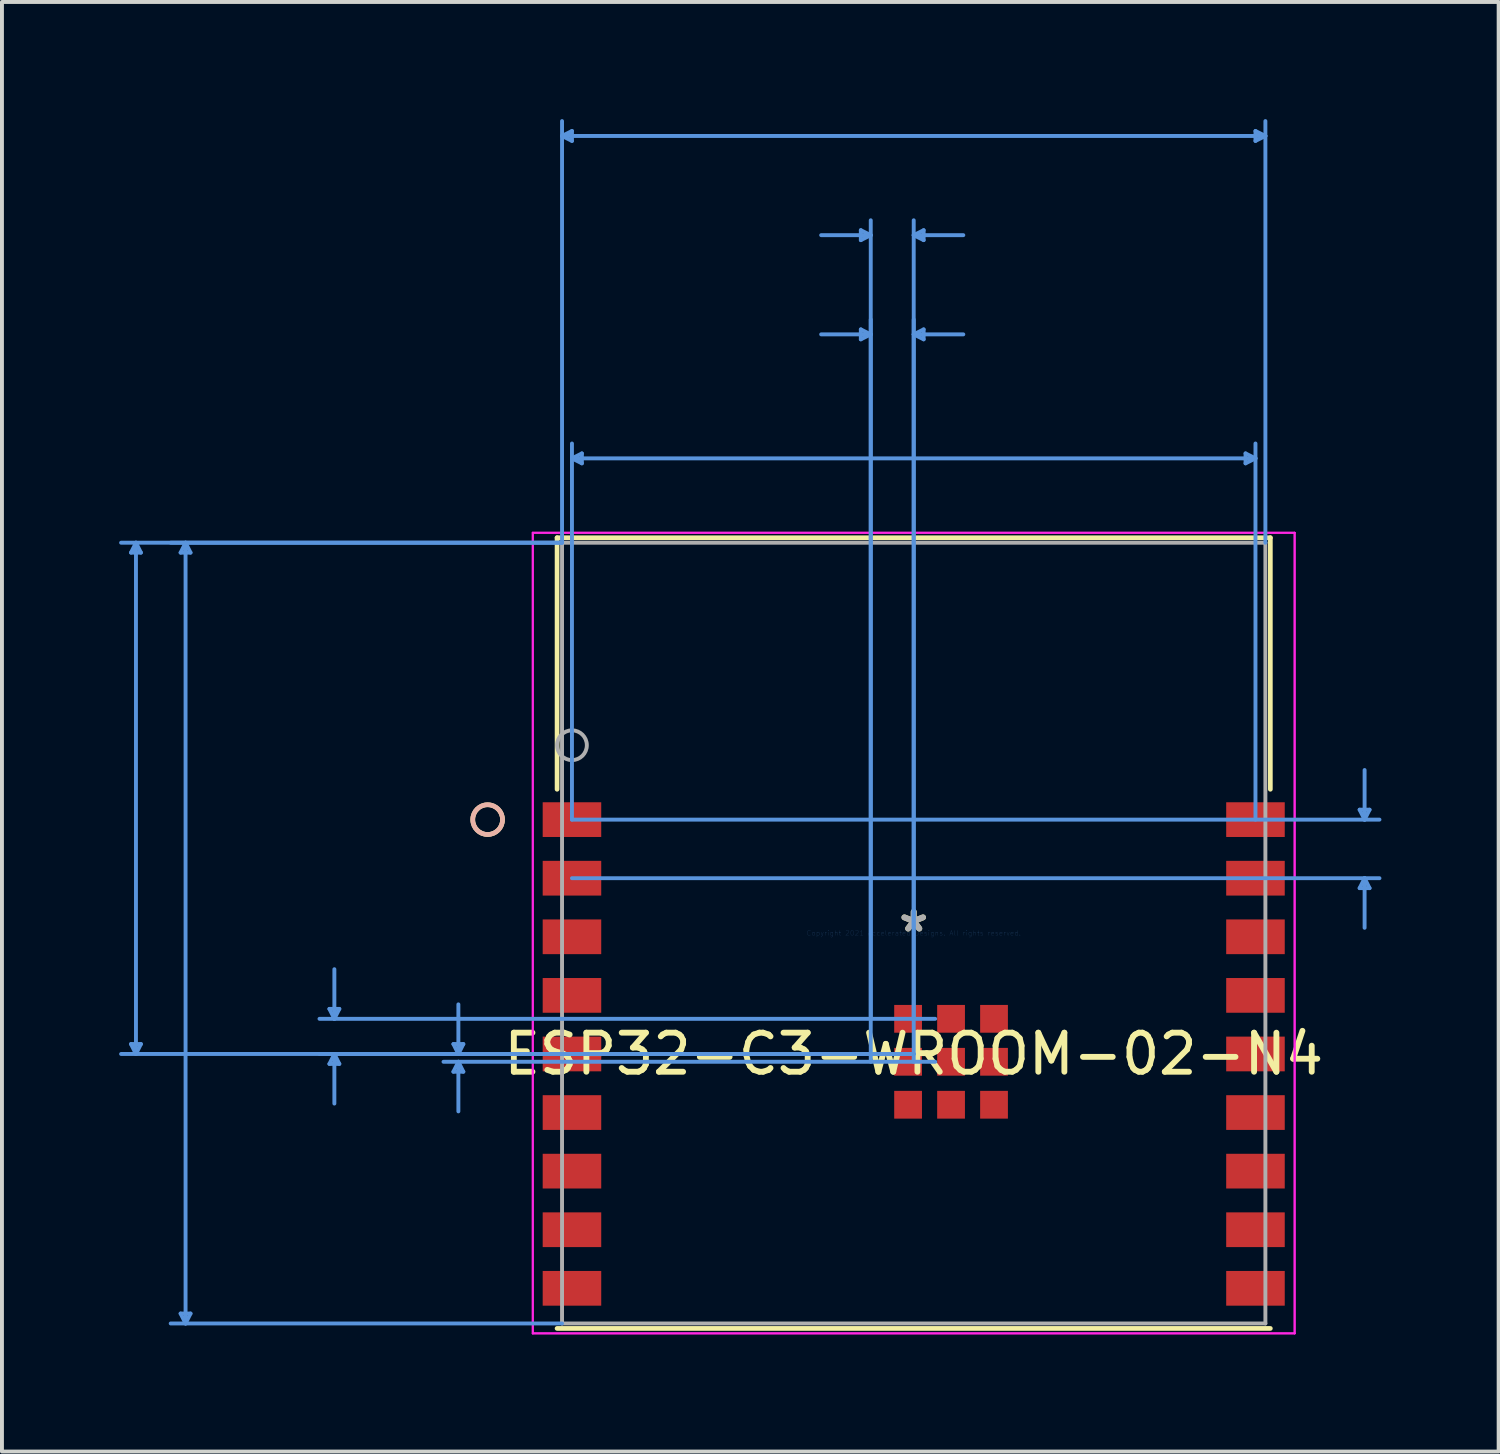
<source format=kicad_pcb>
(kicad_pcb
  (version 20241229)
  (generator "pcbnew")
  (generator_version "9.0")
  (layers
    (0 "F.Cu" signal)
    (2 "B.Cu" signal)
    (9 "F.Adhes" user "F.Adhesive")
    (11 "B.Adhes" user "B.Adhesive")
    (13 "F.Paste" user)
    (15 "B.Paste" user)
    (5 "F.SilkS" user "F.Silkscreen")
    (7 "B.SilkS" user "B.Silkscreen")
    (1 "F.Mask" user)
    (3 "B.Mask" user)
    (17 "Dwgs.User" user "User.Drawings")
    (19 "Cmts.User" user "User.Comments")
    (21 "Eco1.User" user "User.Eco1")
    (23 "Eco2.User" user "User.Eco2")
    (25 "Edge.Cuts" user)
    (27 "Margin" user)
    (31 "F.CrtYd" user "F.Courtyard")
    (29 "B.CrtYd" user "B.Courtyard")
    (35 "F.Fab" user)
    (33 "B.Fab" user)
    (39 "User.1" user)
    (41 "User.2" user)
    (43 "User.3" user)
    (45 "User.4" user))
  (footprint "ESP32-C3-WROOM-02-N4"
    (layer "F.Cu")
    (at 20.344 20.84)
    (property "Reference" "ESP32-C3-WROOM-02-N4" (at 0 3.095 0) (layer "F.SilkS") (effects (font (size 1 1) (thickness 0.15))))
    (attr through_hole)
    (fp_line (start -9.131 -10.122) (end -9.131 -3.682) (stroke (width 0.12) (type solid)) (layer "F.SilkS"))
    (fp_line (start -9.131 10.122) (end 9.131 10.122) (stroke (width 0.12) (type solid)) (layer "F.SilkS"))
    (fp_line (start 9.131 -10.122) (end -9.131 -10.122) (stroke (width 0.12) (type solid)) (layer "F.SilkS"))
    (fp_line (start 9.131 -3.682) (end 9.131 -10.122) (stroke (width 0.12) (type solid)) (layer "F.SilkS"))
    (fp_circle (center -10.909 -2.905) (end -10.528 -2.905) (stroke (width 0.12) (type solid)) (fill no) (layer "F.SilkS"))
    (fp_circle (center -10.909 -2.905) (end -10.528 -2.905) (stroke (width 0.12) (type solid)) (fill no) (layer "B.SilkS"))
    (fp_line (start -20.04 -9.741) (end -19.786 -9.741) (stroke (width 0.1) (type solid)) (layer "Cmts.User"))
    (fp_line (start -20.04 2.841) (end -19.786 2.841) (stroke (width 0.1) (type solid)) (layer "Cmts.User"))
    (fp_line (start -19.913 -9.995) (end -20.04 -9.741) (stroke (width 0.1) (type solid)) (layer "Cmts.User"))
    (fp_line (start -19.913 -9.995) (end -19.913 3.095) (stroke (width 0.1) (type solid)) (layer "Cmts.User"))
    (fp_line (start -19.913 -9.995) (end -19.786 -9.741) (stroke (width 0.1) (type solid)) (layer "Cmts.User"))
    (fp_line (start -19.913 3.095) (end -20.04 2.841) (stroke (width 0.1) (type solid)) (layer "Cmts.User"))
    (fp_line (start -19.913 3.095) (end -19.786 2.841) (stroke (width 0.1) (type solid)) (layer "Cmts.User"))
    (fp_line (start -18.77 -9.741) (end -18.516 -9.741) (stroke (width 0.1) (type solid)) (layer "Cmts.User"))
    (fp_line (start -18.77 9.741) (end -18.516 9.741) (stroke (width 0.1) (type solid)) (layer "Cmts.User"))
    (fp_line (start -18.643 -9.995) (end -18.77 -9.741) (stroke (width 0.1) (type solid)) (layer "Cmts.User"))
    (fp_line (start -18.643 -9.995) (end -18.643 9.995) (stroke (width 0.1) (type solid)) (layer "Cmts.User"))
    (fp_line (start -18.643 -9.995) (end -18.516 -9.741) (stroke (width 0.1) (type solid)) (layer "Cmts.User"))
    (fp_line (start -18.643 9.995) (end -18.77 9.741) (stroke (width 0.1) (type solid)) (layer "Cmts.User"))
    (fp_line (start -18.643 9.995) (end -18.516 9.741) (stroke (width 0.1) (type solid)) (layer "Cmts.User"))
    (fp_line (start -14.96 1.941) (end -14.706 1.941) (stroke (width 0.1) (type solid)) (layer "Cmts.User"))
    (fp_line (start -14.96 3.349) (end -14.706 3.349) (stroke (width 0.1) (type solid)) (layer "Cmts.User"))
    (fp_line (start -14.833 2.195) (end -14.96 1.941) (stroke (width 0.1) (type solid)) (layer "Cmts.User"))
    (fp_line (start -14.833 2.195) (end -14.833 0.925) (stroke (width 0.1) (type solid)) (layer "Cmts.User"))
    (fp_line (start -14.833 2.195) (end -14.706 1.941) (stroke (width 0.1) (type solid)) (layer "Cmts.User"))
    (fp_line (start -14.833 3.095) (end -14.96 3.349) (stroke (width 0.1) (type solid)) (layer "Cmts.User"))
    (fp_line (start -14.833 3.095) (end -14.833 4.365) (stroke (width 0.1) (type solid)) (layer "Cmts.User"))
    (fp_line (start -14.833 3.095) (end -14.706 3.349) (stroke (width 0.1) (type solid)) (layer "Cmts.User"))
    (fp_line (start -11.785 2.841) (end -11.531 2.841) (stroke (width 0.1) (type solid)) (layer "Cmts.User"))
    (fp_line (start -11.785 3.549) (end -11.531 3.549) (stroke (width 0.1) (type solid)) (layer "Cmts.User"))
    (fp_line (start -11.658 3.095) (end -11.785 2.841) (stroke (width 0.1) (type solid)) (layer "Cmts.User"))
    (fp_line (start -11.658 3.095) (end -11.658 1.825) (stroke (width 0.1) (type solid)) (layer "Cmts.User"))
    (fp_line (start -11.658 3.095) (end -11.531 2.841) (stroke (width 0.1) (type solid)) (layer "Cmts.User"))
    (fp_line (start -11.658 3.295) (end -11.785 3.549) (stroke (width 0.1) (type solid)) (layer "Cmts.User"))
    (fp_line (start -11.658 3.295) (end -11.658 4.565) (stroke (width 0.1) (type solid)) (layer "Cmts.User"))
    (fp_line (start -11.658 3.295) (end -11.531 3.549) (stroke (width 0.1) (type solid)) (layer "Cmts.User"))
    (fp_line (start -9.004 -20.409) (end -8.75 -20.536) (stroke (width 0.1) (type solid)) (layer "Cmts.User"))
    (fp_line (start -9.004 -20.409) (end -8.75 -20.282) (stroke (width 0.1) (type solid)) (layer "Cmts.User"))
    (fp_line (start -9.004 -20.409) (end 9.004 -20.409) (stroke (width 0.1) (type solid)) (layer "Cmts.User"))
    (fp_line (start -9.004 -9.995) (end -20.294 -9.995) (stroke (width 0.1) (type solid)) (layer "Cmts.User"))
    (fp_line (start -9.004 -9.995) (end -19.024 -9.995) (stroke (width 0.1) (type solid)) (layer "Cmts.User"))
    (fp_line (start -9.004 -9.995) (end -9.004 -20.79) (stroke (width 0.1) (type solid)) (layer "Cmts.User"))
    (fp_line (start -9.004 9.995) (end -19.024 9.995) (stroke (width 0.1) (type solid)) (layer "Cmts.User"))
    (fp_line (start -8.75 -20.536) (end -8.75 -20.282) (stroke (width 0.1) (type solid)) (layer "Cmts.User"))
    (fp_line (start -8.75 -12.154) (end -8.496 -12.281) (stroke (width 0.1) (type solid)) (layer "Cmts.User"))
    (fp_line (start -8.75 -12.154) (end -8.496 -12.027) (stroke (width 0.1) (type solid)) (layer "Cmts.User"))
    (fp_line (start -8.75 -12.154) (end 8.75 -12.154) (stroke (width 0.1) (type solid)) (layer "Cmts.User"))
    (fp_line (start -8.75 -2.905) (end -8.75 -12.535) (stroke (width 0.1) (type solid)) (layer "Cmts.User"))
    (fp_line (start -8.75 -2.905) (end 11.925 -2.905) (stroke (width 0.1) (type solid)) (layer "Cmts.User"))
    (fp_line (start -8.75 -1.405) (end 11.925 -1.405) (stroke (width 0.1) (type solid)) (layer "Cmts.User"))
    (fp_line (start -8.496 -12.281) (end -8.496 -12.027) (stroke (width 0.1) (type solid)) (layer "Cmts.User"))
    (fp_line (start -1.354 -17.996) (end -1.354 -17.742) (stroke (width 0.1) (type solid)) (layer "Cmts.User"))
    (fp_line (start -1.354 -15.456) (end -1.354 -15.202) (stroke (width 0.1) (type solid)) (layer "Cmts.User"))
    (fp_line (start -1.1 -17.869) (end -2.37 -17.869) (stroke (width 0.1) (type solid)) (layer "Cmts.User"))
    (fp_line (start -1.1 -17.869) (end -1.354 -17.996) (stroke (width 0.1) (type solid)) (layer "Cmts.User"))
    (fp_line (start -1.1 -17.869) (end -1.354 -17.742) (stroke (width 0.1) (type solid)) (layer "Cmts.User"))
    (fp_line (start -1.1 -15.329) (end -2.37 -15.329) (stroke (width 0.1) (type solid)) (layer "Cmts.User"))
    (fp_line (start -1.1 -15.329) (end -1.354 -15.456) (stroke (width 0.1) (type solid)) (layer "Cmts.User"))
    (fp_line (start -1.1 -15.329) (end -1.354 -15.202) (stroke (width 0.1) (type solid)) (layer "Cmts.User"))
    (fp_line (start -1.1 2.195) (end -1.1 -15.71) (stroke (width 0.1) (type solid)) (layer "Cmts.User"))
    (fp_line (start -1.1 3.295) (end -1.1 -18.25) (stroke (width 0.1) (type solid)) (layer "Cmts.User"))
    (fp_line (start 0 -17.869) (end 0.254 -17.996) (stroke (width 0.1) (type solid)) (layer "Cmts.User"))
    (fp_line (start 0 -17.869) (end 0.254 -17.742) (stroke (width 0.1) (type solid)) (layer "Cmts.User"))
    (fp_line (start 0 -17.869) (end 1.27 -17.869) (stroke (width 0.1) (type solid)) (layer "Cmts.User"))
    (fp_line (start 0 -15.329) (end 0.254 -15.456) (stroke (width 0.1) (type solid)) (layer "Cmts.User"))
    (fp_line (start 0 -15.329) (end 0.254 -15.202) (stroke (width 0.1) (type solid)) (layer "Cmts.User"))
    (fp_line (start 0 -15.329) (end 1.27 -15.329) (stroke (width 0.1) (type solid)) (layer "Cmts.User"))
    (fp_line (start 0 2.195) (end 0 -15.71) (stroke (width 0.1) (type solid)) (layer "Cmts.User"))
    (fp_line (start 0 3.095) (end -20.294 3.095) (stroke (width 0.1) (type solid)) (layer "Cmts.User"))
    (fp_line (start 0 3.095) (end -15.214 3.095) (stroke (width 0.1) (type solid)) (layer "Cmts.User"))
    (fp_line (start 0 3.095) (end -12.039 3.095) (stroke (width 0.1) (type solid)) (layer "Cmts.User"))
    (fp_line (start 0 3.295) (end 0 -18.25) (stroke (width 0.1) (type solid)) (layer "Cmts.User"))
    (fp_line (start 0.254 -17.996) (end 0.254 -17.742) (stroke (width 0.1) (type solid)) (layer "Cmts.User"))
    (fp_line (start 0.254 -15.456) (end 0.254 -15.202) (stroke (width 0.1) (type solid)) (layer "Cmts.User"))
    (fp_line (start 0.55 2.195) (end -15.214 2.195) (stroke (width 0.1) (type solid)) (layer "Cmts.User"))
    (fp_line (start 0.55 3.295) (end -12.039 3.295) (stroke (width 0.1) (type solid)) (layer "Cmts.User"))
    (fp_line (start 8.496 -12.281) (end 8.496 -12.027) (stroke (width 0.1) (type solid)) (layer "Cmts.User"))
    (fp_line (start 8.75 -12.154) (end 8.496 -12.281) (stroke (width 0.1) (type solid)) (layer "Cmts.User"))
    (fp_line (start 8.75 -12.154) (end 8.496 -12.027) (stroke (width 0.1) (type solid)) (layer "Cmts.User"))
    (fp_line (start 8.75 -2.905) (end 8.75 -12.535) (stroke (width 0.1) (type solid)) (layer "Cmts.User"))
    (fp_line (start 8.75 -20.536) (end 8.75 -20.282) (stroke (width 0.1) (type solid)) (layer "Cmts.User"))
    (fp_line (start 9.004 -20.409) (end 8.75 -20.536) (stroke (width 0.1) (type solid)) (layer "Cmts.User"))
    (fp_line (start 9.004 -20.409) (end 8.75 -20.282) (stroke (width 0.1) (type solid)) (layer "Cmts.User"))
    (fp_line (start 9.004 -9.995) (end 9.004 -20.79) (stroke (width 0.1) (type solid)) (layer "Cmts.User"))
    (fp_line (start 11.417 -3.159) (end 11.671 -3.159) (stroke (width 0.1) (type solid)) (layer "Cmts.User"))
    (fp_line (start 11.417 -1.151) (end 11.671 -1.151) (stroke (width 0.1) (type solid)) (layer "Cmts.User"))
    (fp_line (start 11.544 -2.905) (end 11.417 -3.159) (stroke (width 0.1) (type solid)) (layer "Cmts.User"))
    (fp_line (start 11.544 -2.905) (end 11.544 -4.175) (stroke (width 0.1) (type solid)) (layer "Cmts.User"))
    (fp_line (start 11.544 -2.905) (end 11.671 -3.159) (stroke (width 0.1) (type solid)) (layer "Cmts.User"))
    (fp_line (start 11.544 -1.405) (end 11.417 -1.151) (stroke (width 0.1) (type solid)) (layer "Cmts.User"))
    (fp_line (start 11.544 -1.405) (end 11.544 -0.135) (stroke (width 0.1) (type solid)) (layer "Cmts.User"))
    (fp_line (start 11.544 -1.405) (end 11.671 -1.151) (stroke (width 0.1) (type solid)) (layer "Cmts.User"))
    (fp_line (start -9.753 -10.249) (end -9.753 10.249) (stroke (width 0.05) (type solid)) (layer "F.CrtYd"))
    (fp_line (start -9.753 -10.249) (end -9.753 10.249) (stroke (width 0.05) (type solid)) (layer "F.CrtYd"))
    (fp_line (start -9.753 10.249) (end 9.753 10.249) (stroke (width 0.05) (type solid)) (layer "F.CrtYd"))
    (fp_line (start -9.753 10.249) (end 9.753 10.249) (stroke (width 0.05) (type solid)) (layer "F.CrtYd"))
    (fp_line (start 9.753 -10.249) (end -9.753 -10.249) (stroke (width 0.05) (type solid)) (layer "F.CrtYd"))
    (fp_line (start 9.753 -10.249) (end -9.753 -10.249) (stroke (width 0.05) (type solid)) (layer "F.CrtYd"))
    (fp_line (start 9.753 10.249) (end 9.753 -10.249) (stroke (width 0.05) (type solid)) (layer "F.CrtYd"))
    (fp_line (start 9.753 10.249) (end 9.753 -10.249) (stroke (width 0.05) (type solid)) (layer "F.CrtYd"))
    (fp_line (start -9.004 -9.995) (end -9.004 9.995) (stroke (width 0.1) (type solid)) (layer "F.Fab"))
    (fp_line (start -9.004 9.995) (end 9.004 9.995) (stroke (width 0.1) (type solid)) (layer "F.Fab"))
    (fp_line (start 9.004 -9.995) (end -9.004 -9.995) (stroke (width 0.1) (type solid)) (layer "F.Fab"))
    (fp_line (start 9.004 9.995) (end 9.004 -9.995) (stroke (width 0.1) (type solid)) (layer "F.Fab"))
    (fp_circle (center -8.75 -4.81) (end -8.369 -4.81) (stroke (width 0.1) (type solid)) (fill no) (layer "F.Fab"))
    (fp_text user "*" (at 0 0 0) (layer "F.SilkS") (effects (font (size 1 1) (thickness 0.15))))
    (fp_text user "Copyright 2021 Accelerated Designs. All rights reserved." (at 0 0 0) (layer "Cmts.User") (effects (font (size 0.127 0.127) (thickness 0.002))))
    (fp_text user "*" (at 0 0 0) (layer "F.Fab") (effects (font (size 1 1) (thickness 0.15))))
    (pad "1" smd rect (at -8.75 -2.905) (size 1.499 0.889) (layers "F.Cu" "F.Mask" "F.Paste"))
    (pad "2" smd rect (at -8.75 -1.405) (size 1.499 0.889) (layers "F.Cu" "F.Mask" "F.Paste"))
    (pad "3" smd rect (at -8.75 0.095) (size 1.499 0.889) (layers "F.Cu" "F.Mask" "F.Paste"))
    (pad "4" smd rect (at -8.75 1.595) (size 1.499 0.889) (layers "F.Cu" "F.Mask" "F.Paste"))
    (pad "5" smd rect (at -8.75 3.095) (size 1.499 0.889) (layers "F.Cu" "F.Mask" "F.Paste"))
    (pad "6" smd rect (at -8.75 4.595) (size 1.499 0.889) (layers "F.Cu" "F.Mask" "F.Paste"))
    (pad "7" smd rect (at -8.75 6.095) (size 1.499 0.889) (layers "F.Cu" "F.Mask" "F.Paste"))
    (pad "8" smd rect (at -8.75 7.595) (size 1.499 0.889) (layers "F.Cu" "F.Mask" "F.Paste"))
    (pad "9" smd rect (at -8.75 9.095) (size 1.499 0.889) (layers "F.Cu" "F.Mask" "F.Paste"))
    (pad "10" smd rect (at 8.75 9.095) (size 1.499 0.889) (layers "F.Cu" "F.Mask" "F.Paste"))
    (pad "11" smd rect (at 8.75 7.595) (size 1.499 0.889) (layers "F.Cu" "F.Mask" "F.Paste"))
    (pad "12" smd rect (at 8.75 6.095) (size 1.499 0.889) (layers "F.Cu" "F.Mask" "F.Paste"))
    (pad "13" smd rect (at 8.75 4.595) (size 1.499 0.889) (layers "F.Cu" "F.Mask" "F.Paste"))
    (pad "14" smd rect (at 8.75 3.095) (size 1.499 0.889) (layers "F.Cu" "F.Mask" "F.Paste"))
    (pad "15" smd rect (at 8.75 1.595) (size 1.499 0.889) (layers "F.Cu" "F.Mask" "F.Paste"))
    (pad "16" smd rect (at 8.75 0.095) (size 1.499 0.889) (layers "F.Cu" "F.Mask" "F.Paste"))
    (pad "17" smd rect (at 8.75 -1.405) (size 1.499 0.889) (layers "F.Cu" "F.Mask" "F.Paste"))
    (pad "18" smd rect (at 8.75 -2.905) (size 1.499 0.889) (layers "F.Cu" "F.Mask" "F.Paste"))
    (pad "19" smd rect (at -0.144 2.195) (size 0.711 0.711) (layers "F.Cu" "F.Mask" "F.Paste"))
    (pad "20" smd rect (at 0.956 2.195) (size 0.711 0.711) (layers "F.Cu" "F.Mask" "F.Paste"))
    (pad "21" smd rect (at 2.056 2.195) (size 0.711 0.711) (layers "F.Cu" "F.Mask" "F.Paste"))
    (pad "22" smd rect (at -0.144 3.295) (size 0.711 0.711) (layers "F.Cu" "F.Mask" "F.Paste"))
    (pad "23" smd rect (at 0.956 3.295) (size 0.711 0.711) (layers "F.Cu" "F.Mask" "F.Paste"))
    (pad "24" smd rect (at 2.056 3.295) (size 0.711 0.711) (layers "F.Cu" "F.Mask" "F.Paste"))
    (pad "25" smd rect (at -0.144 4.395) (size 0.711 0.711) (layers "F.Cu" "F.Mask" "F.Paste"))
    (pad "26" smd rect (at 0.956 4.395) (size 0.711 0.711) (layers "F.Cu" "F.Mask" "F.Paste"))
    (pad "27" smd rect (at 2.056 4.395) (size 0.711 0.711) (layers "F.Cu" "F.Mask" "F.Paste")))
  (gr_rect
    (start -3 -3)
    (end 35.32 34.114)
    (stroke (width 0.1) (type default))
    (fill no)
    (layer "Edge.Cuts")))
</source>
